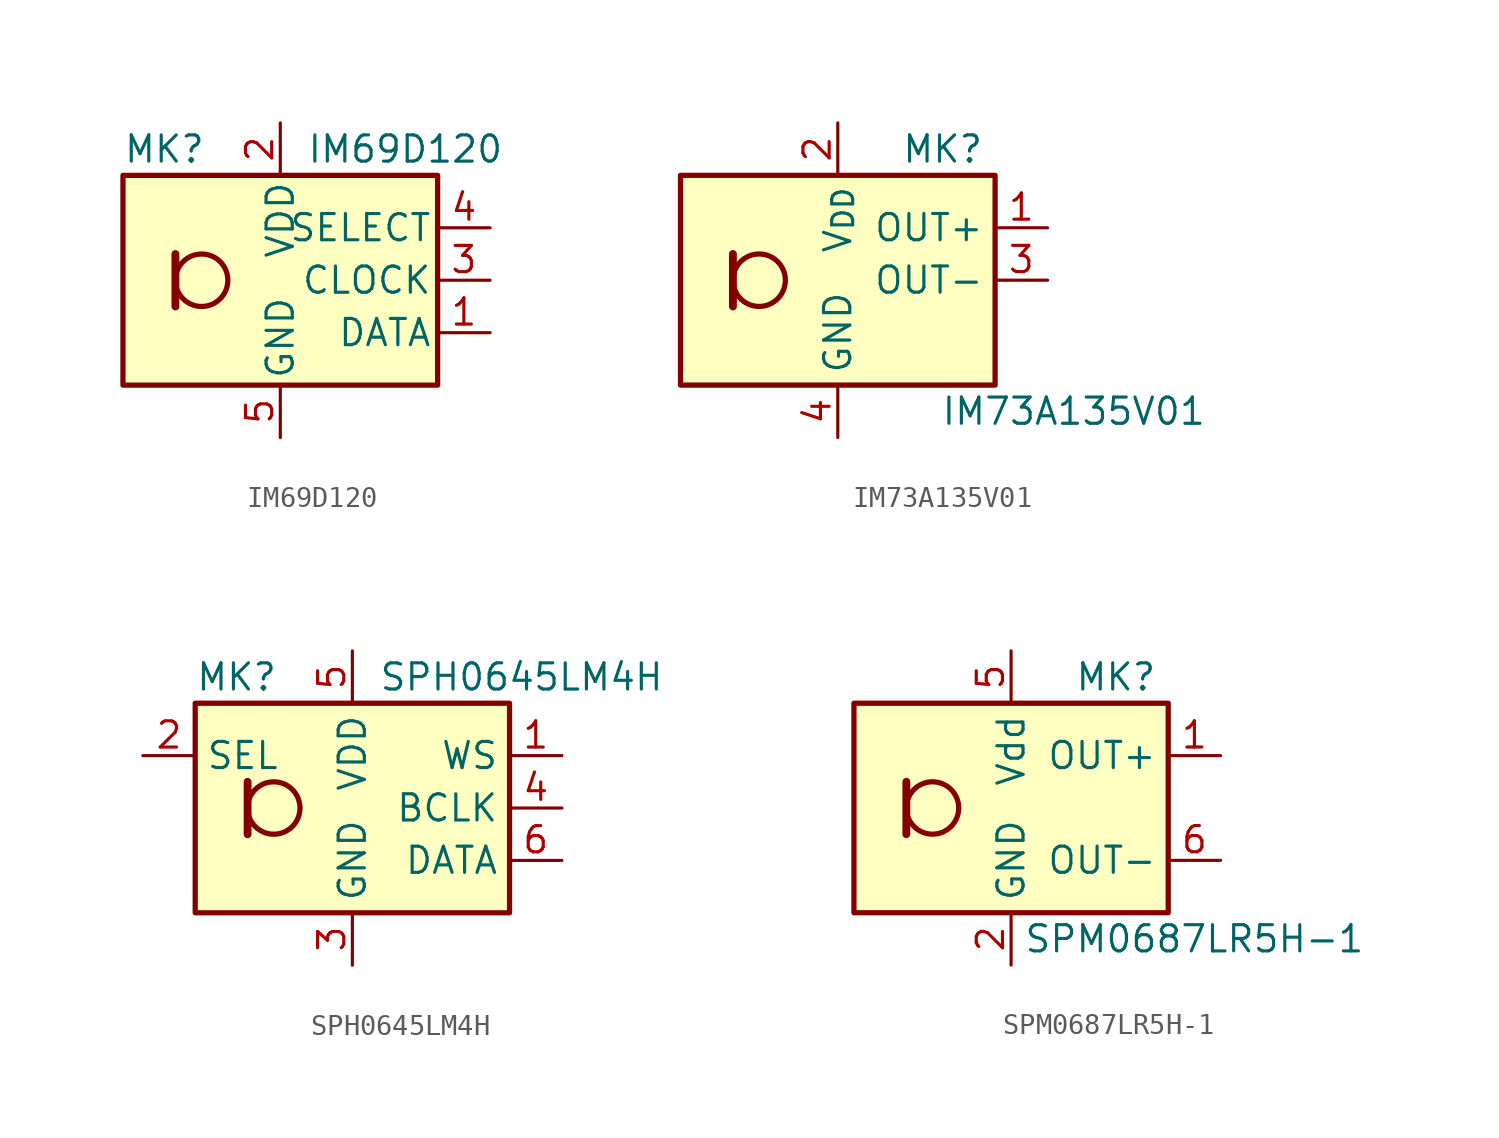
<source format=kicad_sym>
(kicad_symbol_lib
  (version 20241209)
  (generator "kicad_symbol_editor")
  (generator_version "9.0")
  (symbol "IM69D120"
    (pin_names
      (offset 0.254))
    (property "Reference" "MK"
      (at -7.62 6.35 0)
      (effects (font (size 1.27 1.27)) (justify left)))
    (property "Value" "IM69D120"
      (at 1.27 6.35 0)
      (effects (font (size 1.27 1.27)) (justify left)))
    (symbol "IM69D120_0_1"
      (rectangle (start -7.62 5.08) (end 7.62 -5.08) (stroke (width 0.254) (type default)) (fill (type background)))
      (polyline (pts (xy -5.08 1.27) (xy -5.08 -1.27)) (stroke (width 0.381) (type default)) (fill (type none)))
      (circle (center -3.81 0) (radius 1.27) (stroke (width 0.254) (type default)) (fill (type none))))
    (symbol "IM69D120_1_1"
      (pin power_in line (at 0 7.62 270) (length 2.54) (name "VDD" (effects (font (size 1.27 1.27)))) (number "2" (effects (font (size 1.27 1.27)))))
      (pin power_in line (at 0 -7.62 90) (length 2.54) (name "GND" (effects (font (size 1.27 1.27)))) (number "5" (effects (font (size 1.27 1.27)))))
      (pin input line (at 10.16 2.54 180) (length 2.54) (name "SELECT" (effects (font (size 1.27 1.27)))) (number "4" (effects (font (size 1.27 1.27)))))
      (pin input line (at 10.16 0 180) (length 2.54) (name "CLOCK" (effects (font (size 1.27 1.27)))) (number "3" (effects (font (size 1.27 1.27)))))
      (pin output line (at 10.16 -2.54 180) (length 2.54) (name "DATA" (effects (font (size 1.27 1.27)))) (number "1" (effects (font (size 1.27 1.27)))))))
  (symbol "IM73A135V01"
    (property "Reference" "MK"
      (at 5.08 6.35 0)
      (effects (font (size 1.27 1.27))))
    (property "Value" "IM73A135V01"
      (at 11.43 -6.35 0)
      (effects (font (size 1.27 1.27))))
    (symbol "IM73A135V01_1_1"
      (rectangle (start -7.62 5.08) (end 7.62 -5.08) (stroke (width 0.254) (type default)) (fill (type background)))
      (polyline (pts (xy -5.08 1.27) (xy -5.08 -1.27)) (stroke (width 0.381) (type default)) (fill (type none)))
      (circle (center -3.81 0) (radius 1.27) (stroke (width 0.254) (type default)) (fill (type none)))
      (pin power_in line (at 0 7.62 270) (length 2.54) (name "V_{DD}" (effects (font (size 1.27 1.27)))) (number "2" (effects (font (size 1.27 1.27)))))
      (pin power_in line (at 0 -7.62 90) (length 2.54) (name "GND" (effects (font (size 1.27 1.27)))) (number "4" (effects (font (size 1.27 1.27)))))
      (pin passive line (at 0 -7.62 90) (length 2.54) (hide yes) (name "GND" (effects (font (size 1.27 1.27)))) (number "5" (effects (font (size 1.27 1.27)))))
      (pin output line (at 10.16 2.54 180) (length 2.54) (name "OUT+" (effects (font (size 1.27 1.27)))) (number "1" (effects (font (size 1.27 1.27)))))
      (pin output line (at 10.16 0 180) (length 2.54) (name "OUT-" (effects (font (size 1.27 1.27)))) (number "3" (effects (font (size 1.27 1.27)))))))
  (symbol "SPH0645LM4H"
    (property "Reference" "MK"
      (at -7.62 6.35 0)
      (effects (font (size 1.27 1.27)) (justify left)))
    (property "Value" "SPH0645LM4H"
      (at 1.27 6.35 0)
      (effects (font (size 1.27 1.27)) (justify left)))
    (symbol "SPH0645LM4H_1_1"
      (rectangle (start -7.62 5.08) (end 7.62 -5.08) (stroke (width 0.254) (type default)) (fill (type background)))
      (polyline (pts (xy -5.08 1.27) (xy -5.08 -1.27)) (stroke (width 0.381) (type default)) (fill (type none)))
      (circle (center -3.81 0) (radius 1.27) (stroke (width 0.254) (type default)) (fill (type none)))
      (pin input line (at -10.16 2.54 0) (length 2.54) (name "SEL" (effects (font (size 1.27 1.27)))) (number "2" (effects (font (size 1.27 1.27)))))
      (pin power_in line (at 0 7.62 270) (length 2.54) (name "VDD" (effects (font (size 1.27 1.27)))) (number "5" (effects (font (size 1.27 1.27)))))
      (pin power_in line (at 0 -7.62 90) (length 2.54) (name "GND" (effects (font (size 1.27 1.27)))) (number "3" (effects (font (size 1.27 1.27)))))
      (pin input line (at 10.16 2.54 180) (length 2.54) (name "WS" (effects (font (size 1.27 1.27)))) (number "1" (effects (font (size 1.27 1.27)))))
      (pin input line (at 10.16 0 180) (length 2.54) (name "BCLK" (effects (font (size 1.27 1.27)))) (number "4" (effects (font (size 1.27 1.27)))))
      (pin output line (at 10.16 -2.54 180) (length 2.54) (name "DATA" (effects (font (size 1.27 1.27)))) (number "6" (effects (font (size 1.27 1.27)))))))
  (symbol "SPM0687LR5H-1"
    (property "Reference" "MK"
      (at 5.08 6.35 0)
      (effects (font (size 1.27 1.27))))
    (property "Value" "SPM0687LR5H-1"
      (at 8.89 -6.35 0)
      (effects (font (size 1.27 1.27))))
    (symbol "SPM0687LR5H-1_1_1"
      (rectangle (start -7.62 5.08) (end 7.62 -5.08) (stroke (width 0.254) (type default)) (fill (type background)))
      (polyline (pts (xy -5.08 1.27) (xy -5.08 -1.27)) (stroke (width 0.381) (type default)) (fill (type none)))
      (circle (center -3.81 0) (radius 1.27) (stroke (width 0.254) (type default)) (fill (type none)))
      (pin power_in line (at 0 7.62 270) (length 2.54) (name "Vdd" (effects (font (size 1.27 1.27)))) (number "5" (effects (font (size 1.27 1.27)))))
      (pin power_in line (at 0 -7.62 90) (length 2.54) (name "GND" (effects (font (size 1.27 1.27)))) (number "2" (effects (font (size 1.27 1.27)))))
      (pin passive line (at 0 -7.62 90) (length 2.54) (hide yes) (name "GND" (effects (font (size 1.27 1.27)))) (number "3" (effects (font (size 1.27 1.27)))))
      (pin passive line (at 0 -7.62 90) (length 2.54) (hide yes) (name "GND" (effects (font (size 1.27 1.27)))) (number "4" (effects (font (size 1.27 1.27)))))
      (pin output line (at 10.16 2.54 180) (length 2.54) (name "OUT+" (effects (font (size 1.27 1.27)))) (number "1" (effects (font (size 1.27 1.27)))))
      (pin output line (at 10.16 -2.54 180) (length 2.54) (name "OUT-" (effects (font (size 1.27 1.27)))) (number "6" (effects (font (size 1.27 1.27))))))))
</source>
